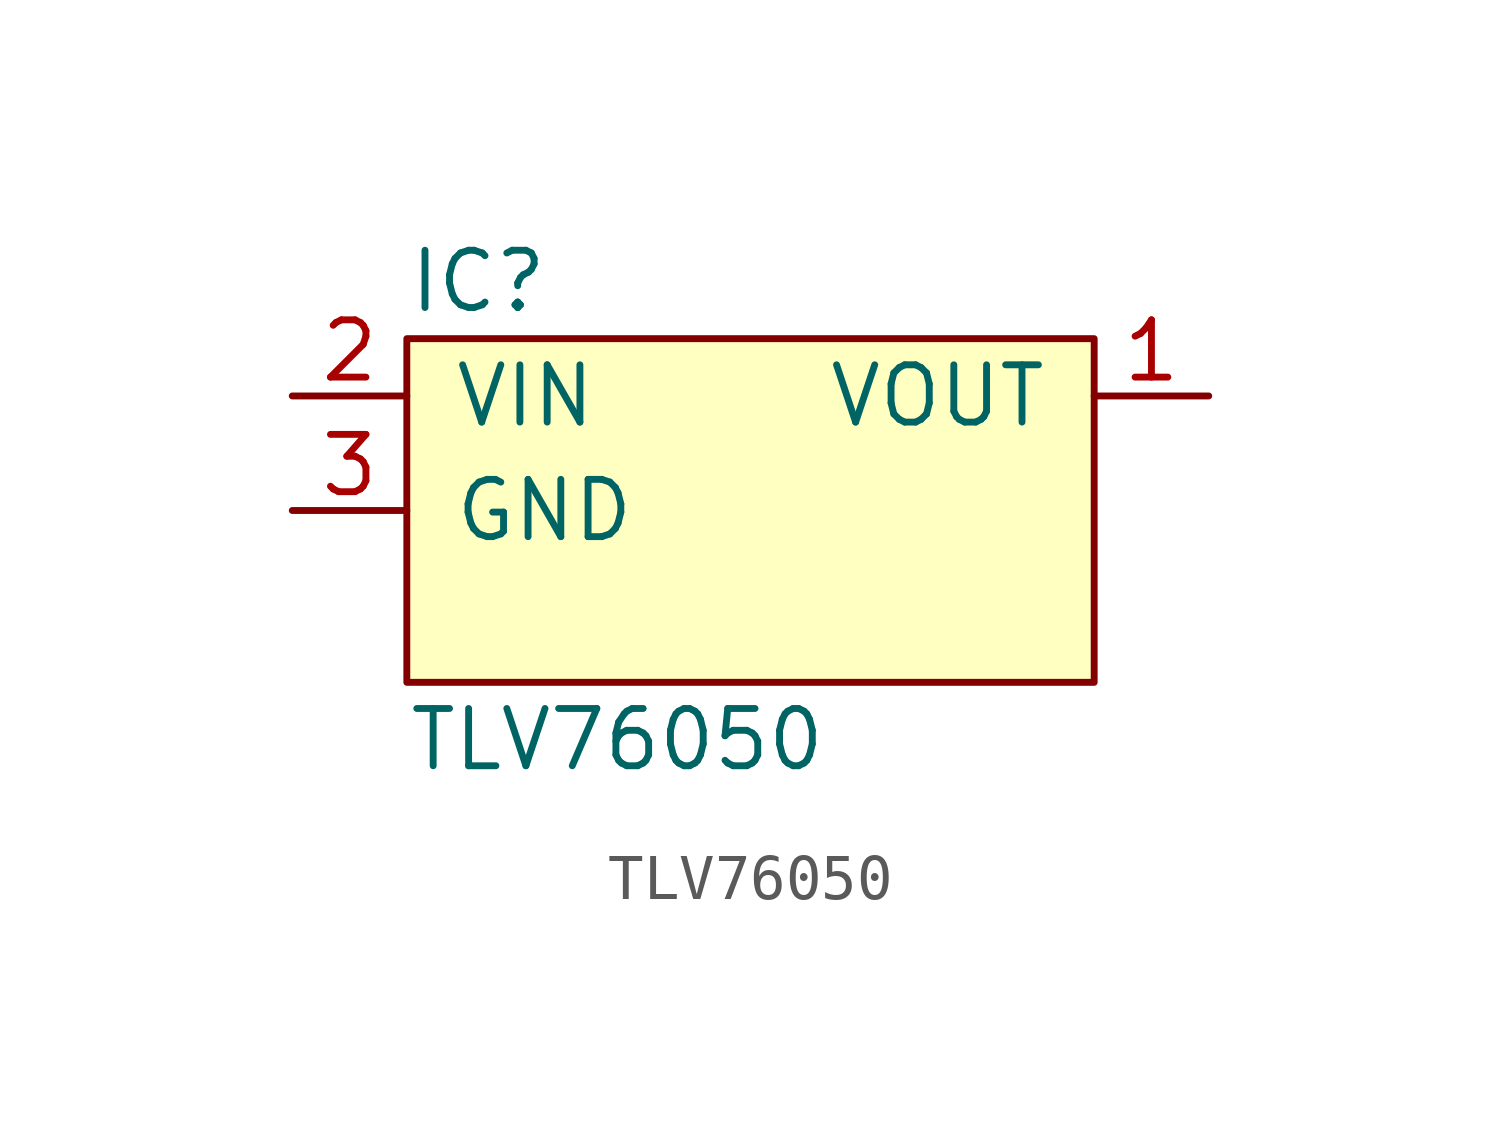
<source format=kicad_sym>
(kicad_symbol_lib
  (version 20211014)
  (generator agg_kicad.build_lib_ic)
  (symbol "TLV76050"
    (pin_names
      (offset 1.016))
    (property Reference IC
      (at -7.62 5.08 0)
      (effects (font (size 1.27 1.27)) (justify left)))
    (property Value "TLV76050"
      (at -7.62 -5.08 0)
      (effects (font (size 1.27 1.27)) (justify left)))
    (symbol "TLV76050_0_0"
      (rectangle (start -7.62 3.81) (end 7.62 -3.81) (stroke (width 0) (type default) (color 0 0 0 0)) (fill (type background)))
      (pin power_in line (at -10.16 2.54 0) (length 2.54) (name VIN (effects (font (size 1.27 1.27)))) (number "2" (effects (font (size 1.27 1.27)))))
      (pin power_in line (at -10.16 0 0) (length 2.54) (name GND (effects (font (size 1.27 1.27)))) (number "3" (effects (font (size 1.27 1.27)))))
      (pin power_out line (at 10.16 2.54 180) (length 2.54) (name VOUT (effects (font (size 1.27 1.27)))) (number "1" (effects (font (size 1.27 1.27))))))))
</source>
